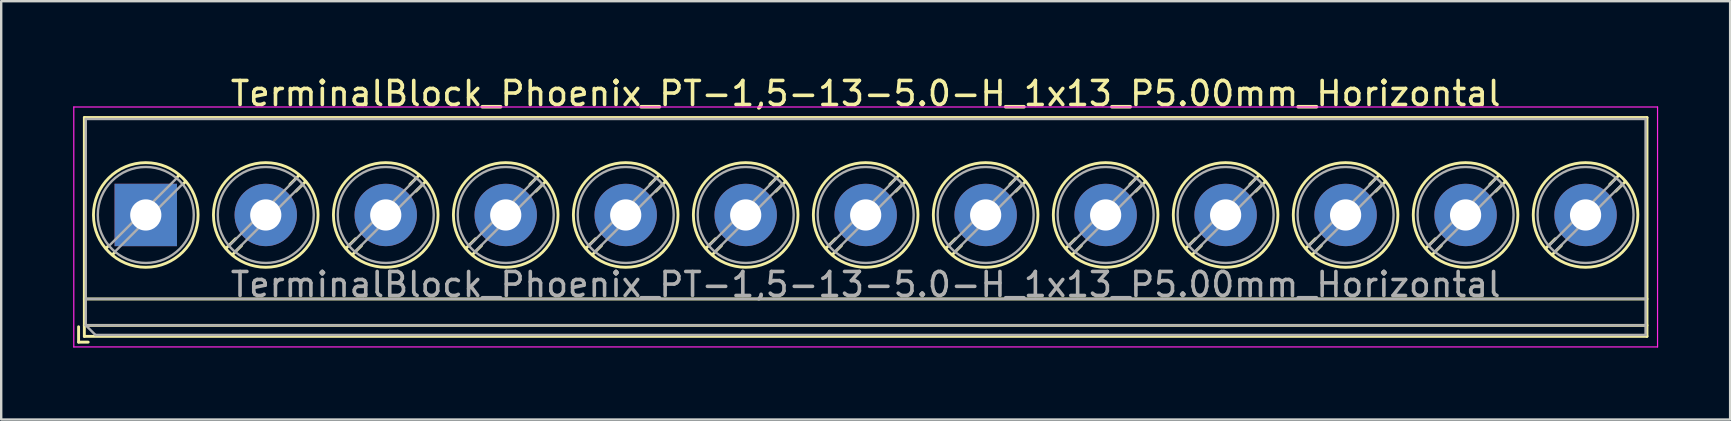
<source format=kicad_pcb>
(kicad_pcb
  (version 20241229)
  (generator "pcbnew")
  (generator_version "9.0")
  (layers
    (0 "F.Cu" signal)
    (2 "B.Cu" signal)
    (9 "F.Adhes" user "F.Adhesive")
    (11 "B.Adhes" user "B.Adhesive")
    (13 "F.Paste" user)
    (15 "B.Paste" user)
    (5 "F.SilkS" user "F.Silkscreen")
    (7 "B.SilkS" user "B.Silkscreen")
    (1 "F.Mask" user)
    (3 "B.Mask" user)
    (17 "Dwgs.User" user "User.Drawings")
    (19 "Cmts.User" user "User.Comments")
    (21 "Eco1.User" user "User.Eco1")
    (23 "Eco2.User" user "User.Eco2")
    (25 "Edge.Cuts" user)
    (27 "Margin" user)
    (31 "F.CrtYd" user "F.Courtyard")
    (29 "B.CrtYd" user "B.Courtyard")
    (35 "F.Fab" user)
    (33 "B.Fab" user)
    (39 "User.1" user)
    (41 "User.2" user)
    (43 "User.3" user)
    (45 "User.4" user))
  (footprint "TerminalBlock_Phoenix_PT-1,5-13-5.0-H_1x13_P5.00mm_Horizontal"
    (layer "F.Cu")
    (at 3.025 5.908)
    (property "Reference" "TerminalBlock_Phoenix_PT-1,5-13-5.0-H_1x13_P5.00mm_Horizontal" (at 30 -5.06 0) (layer "F.SilkS") (effects (font (size 1 1) (thickness 0.15))))
    (attr through_hole)
    (fp_line (start -2.8 4.66) (end -2.8 5.3) (stroke (width 0.12) (type solid)) (layer "F.SilkS"))
    (fp_line (start -2.8 5.3) (end -2.4 5.3) (stroke (width 0.12) (type solid)) (layer "F.SilkS"))
    (fp_line (start -2.56 -4.06) (end -2.56 5.06) (stroke (width 0.12) (type solid)) (layer "F.SilkS"))
    (fp_line (start -2.56 -4.06) (end 62.56 -4.06) (stroke (width 0.12) (type solid)) (layer "F.SilkS"))
    (fp_line (start -2.56 3.5) (end 62.56 3.5) (stroke (width 0.12) (type solid)) (layer "F.SilkS"))
    (fp_line (start -2.56 4.6) (end 62.56 4.6) (stroke (width 0.12) (type solid)) (layer "F.SilkS"))
    (fp_line (start -2.56 5.06) (end 62.56 5.06) (stroke (width 0.12) (type solid)) (layer "F.SilkS"))
    (fp_line (start -1.548 1.281) (end -1.654 1.388) (stroke (width 0.12) (type solid)) (layer "F.SilkS"))
    (fp_line (start -1.282 1.547) (end -1.388 1.654) (stroke (width 0.12) (type solid)) (layer "F.SilkS"))
    (fp_line (start 1.388 -1.654) (end 1.281 -1.547) (stroke (width 0.12) (type solid)) (layer "F.SilkS"))
    (fp_line (start 1.654 -1.388) (end 1.547 -1.281) (stroke (width 0.12) (type solid)) (layer "F.SilkS"))
    (fp_line (start 3.742 0.992) (end 3.347 1.388) (stroke (width 0.12) (type solid)) (layer "F.SilkS"))
    (fp_line (start 3.993 1.274) (end 3.613 1.654) (stroke (width 0.12) (type solid)) (layer "F.SilkS"))
    (fp_line (start 6.388 -1.654) (end 6.008 -1.274) (stroke (width 0.12) (type solid)) (layer "F.SilkS"))
    (fp_line (start 6.654 -1.388) (end 6.259 -0.992) (stroke (width 0.12) (type solid)) (layer "F.SilkS"))
    (fp_line (start 8.742 0.992) (end 8.347 1.388) (stroke (width 0.12) (type solid)) (layer "F.SilkS"))
    (fp_line (start 8.993 1.274) (end 8.613 1.654) (stroke (width 0.12) (type solid)) (layer "F.SilkS"))
    (fp_line (start 11.388 -1.654) (end 11.008 -1.274) (stroke (width 0.12) (type solid)) (layer "F.SilkS"))
    (fp_line (start 11.654 -1.388) (end 11.259 -0.992) (stroke (width 0.12) (type solid)) (layer "F.SilkS"))
    (fp_line (start 13.742 0.992) (end 13.347 1.388) (stroke (width 0.12) (type solid)) (layer "F.SilkS"))
    (fp_line (start 13.993 1.274) (end 13.613 1.654) (stroke (width 0.12) (type solid)) (layer "F.SilkS"))
    (fp_line (start 16.388 -1.654) (end 16.008 -1.274) (stroke (width 0.12) (type solid)) (layer "F.SilkS"))
    (fp_line (start 16.654 -1.388) (end 16.259 -0.992) (stroke (width 0.12) (type solid)) (layer "F.SilkS"))
    (fp_line (start 18.742 0.992) (end 18.347 1.388) (stroke (width 0.12) (type solid)) (layer "F.SilkS"))
    (fp_line (start 18.993 1.274) (end 18.613 1.654) (stroke (width 0.12) (type solid)) (layer "F.SilkS"))
    (fp_line (start 21.388 -1.654) (end 21.008 -1.274) (stroke (width 0.12) (type solid)) (layer "F.SilkS"))
    (fp_line (start 21.654 -1.388) (end 21.259 -0.992) (stroke (width 0.12) (type solid)) (layer "F.SilkS"))
    (fp_line (start 23.742 0.992) (end 23.347 1.388) (stroke (width 0.12) (type solid)) (layer "F.SilkS"))
    (fp_line (start 23.993 1.274) (end 23.613 1.654) (stroke (width 0.12) (type solid)) (layer "F.SilkS"))
    (fp_line (start 26.388 -1.654) (end 26.008 -1.274) (stroke (width 0.12) (type solid)) (layer "F.SilkS"))
    (fp_line (start 26.654 -1.388) (end 26.259 -0.992) (stroke (width 0.12) (type solid)) (layer "F.SilkS"))
    (fp_line (start 28.742 0.992) (end 28.347 1.388) (stroke (width 0.12) (type solid)) (layer "F.SilkS"))
    (fp_line (start 28.993 1.274) (end 28.613 1.654) (stroke (width 0.12) (type solid)) (layer "F.SilkS"))
    (fp_line (start 31.388 -1.654) (end 31.008 -1.274) (stroke (width 0.12) (type solid)) (layer "F.SilkS"))
    (fp_line (start 31.654 -1.388) (end 31.259 -0.992) (stroke (width 0.12) (type solid)) (layer "F.SilkS"))
    (fp_line (start 33.742 0.992) (end 33.347 1.388) (stroke (width 0.12) (type solid)) (layer "F.SilkS"))
    (fp_line (start 33.993 1.274) (end 33.613 1.654) (stroke (width 0.12) (type solid)) (layer "F.SilkS"))
    (fp_line (start 36.388 -1.654) (end 36.008 -1.274) (stroke (width 0.12) (type solid)) (layer "F.SilkS"))
    (fp_line (start 36.654 -1.388) (end 36.259 -0.992) (stroke (width 0.12) (type solid)) (layer "F.SilkS"))
    (fp_line (start 38.742 0.992) (end 38.347 1.388) (stroke (width 0.12) (type solid)) (layer "F.SilkS"))
    (fp_line (start 38.993 1.274) (end 38.613 1.654) (stroke (width 0.12) (type solid)) (layer "F.SilkS"))
    (fp_line (start 41.388 -1.654) (end 41.008 -1.274) (stroke (width 0.12) (type solid)) (layer "F.SilkS"))
    (fp_line (start 41.654 -1.388) (end 41.259 -0.992) (stroke (width 0.12) (type solid)) (layer "F.SilkS"))
    (fp_line (start 43.742 0.992) (end 43.347 1.388) (stroke (width 0.12) (type solid)) (layer "F.SilkS"))
    (fp_line (start 43.993 1.274) (end 43.613 1.654) (stroke (width 0.12) (type solid)) (layer "F.SilkS"))
    (fp_line (start 46.388 -1.654) (end 46.008 -1.274) (stroke (width 0.12) (type solid)) (layer "F.SilkS"))
    (fp_line (start 46.654 -1.388) (end 46.259 -0.992) (stroke (width 0.12) (type solid)) (layer "F.SilkS"))
    (fp_line (start 48.742 0.992) (end 48.347 1.388) (stroke (width 0.12) (type solid)) (layer "F.SilkS"))
    (fp_line (start 48.993 1.274) (end 48.613 1.654) (stroke (width 0.12) (type solid)) (layer "F.SilkS"))
    (fp_line (start 51.388 -1.654) (end 51.008 -1.274) (stroke (width 0.12) (type solid)) (layer "F.SilkS"))
    (fp_line (start 51.654 -1.388) (end 51.259 -0.992) (stroke (width 0.12) (type solid)) (layer "F.SilkS"))
    (fp_line (start 53.742 0.992) (end 53.347 1.388) (stroke (width 0.12) (type solid)) (layer "F.SilkS"))
    (fp_line (start 53.993 1.274) (end 53.613 1.654) (stroke (width 0.12) (type solid)) (layer "F.SilkS"))
    (fp_line (start 56.388 -1.654) (end 56.008 -1.274) (stroke (width 0.12) (type solid)) (layer "F.SilkS"))
    (fp_line (start 56.654 -1.388) (end 56.259 -0.992) (stroke (width 0.12) (type solid)) (layer "F.SilkS"))
    (fp_line (start 58.742 0.992) (end 58.347 1.388) (stroke (width 0.12) (type solid)) (layer "F.SilkS"))
    (fp_line (start 58.993 1.274) (end 58.613 1.654) (stroke (width 0.12) (type solid)) (layer "F.SilkS"))
    (fp_line (start 61.388 -1.654) (end 61.008 -1.274) (stroke (width 0.12) (type solid)) (layer "F.SilkS"))
    (fp_line (start 61.654 -1.388) (end 61.259 -0.992) (stroke (width 0.12) (type solid)) (layer "F.SilkS"))
    (fp_line (start 62.56 -4.06) (end 62.56 5.06) (stroke (width 0.12) (type solid)) (layer "F.SilkS"))
    (fp_circle (center 0 0) (end 2.18 0) (stroke (width 0.12) (type solid)) (fill no) (layer "F.SilkS"))
    (fp_circle (center 5 0) (end 7.18 0) (stroke (width 0.12) (type solid)) (fill no) (layer "F.SilkS"))
    (fp_circle (center 10 0) (end 12.18 0) (stroke (width 0.12) (type solid)) (fill no) (layer "F.SilkS"))
    (fp_circle (center 15 0) (end 17.18 0) (stroke (width 0.12) (type solid)) (fill no) (layer "F.SilkS"))
    (fp_circle (center 20 0) (end 22.18 0) (stroke (width 0.12) (type solid)) (fill no) (layer "F.SilkS"))
    (fp_circle (center 25 0) (end 27.18 0) (stroke (width 0.12) (type solid)) (fill no) (layer "F.SilkS"))
    (fp_circle (center 30 0) (end 32.18 0) (stroke (width 0.12) (type solid)) (fill no) (layer "F.SilkS"))
    (fp_circle (center 35 0) (end 37.18 0) (stroke (width 0.12) (type solid)) (fill no) (layer "F.SilkS"))
    (fp_circle (center 40 0) (end 42.18 0) (stroke (width 0.12) (type solid)) (fill no) (layer "F.SilkS"))
    (fp_circle (center 45 0) (end 47.18 0) (stroke (width 0.12) (type solid)) (fill no) (layer "F.SilkS"))
    (fp_circle (center 50 0) (end 52.18 0) (stroke (width 0.12) (type solid)) (fill no) (layer "F.SilkS"))
    (fp_circle (center 55 0) (end 57.18 0) (stroke (width 0.12) (type solid)) (fill no) (layer "F.SilkS"))
    (fp_circle (center 60 0) (end 62.18 0) (stroke (width 0.12) (type solid)) (fill no) (layer "F.SilkS"))
    (fp_line (start -3 -4.5) (end -3 5.5) (stroke (width 0.05) (type solid)) (layer "F.CrtYd"))
    (fp_line (start -3 5.5) (end 63 5.5) (stroke (width 0.05) (type solid)) (layer "F.CrtYd"))
    (fp_line (start 63 -4.5) (end -3 -4.5) (stroke (width 0.05) (type solid)) (layer "F.CrtYd"))
    (fp_line (start 63 5.5) (end 63 -4.5) (stroke (width 0.05) (type solid)) (layer "F.CrtYd"))
    (fp_line (start -2.5 -4) (end 62.5 -4) (stroke (width 0.1) (type solid)) (layer "F.Fab"))
    (fp_line (start -2.5 3.5) (end 62.5 3.5) (stroke (width 0.1) (type solid)) (layer "F.Fab"))
    (fp_line (start -2.5 4.6) (end -2.5 -4) (stroke (width 0.1) (type solid)) (layer "F.Fab"))
    (fp_line (start -2.5 4.6) (end 62.5 4.6) (stroke (width 0.1) (type solid)) (layer "F.Fab"))
    (fp_line (start -2.1 5) (end -2.5 4.6) (stroke (width 0.1) (type solid)) (layer "F.Fab"))
    (fp_line (start 1.273 -1.517) (end -1.517 1.273) (stroke (width 0.1) (type solid)) (layer "F.Fab"))
    (fp_line (start 1.517 -1.273) (end -1.273 1.517) (stroke (width 0.1) (type solid)) (layer "F.Fab"))
    (fp_line (start 6.273 -1.517) (end 3.484 1.273) (stroke (width 0.1) (type solid)) (layer "F.Fab"))
    (fp_line (start 6.517 -1.273) (end 3.728 1.517) (stroke (width 0.1) (type solid)) (layer "F.Fab"))
    (fp_line (start 11.273 -1.517) (end 8.484 1.273) (stroke (width 0.1) (type solid)) (layer "F.Fab"))
    (fp_line (start 11.517 -1.273) (end 8.728 1.517) (stroke (width 0.1) (type solid)) (layer "F.Fab"))
    (fp_line (start 16.273 -1.517) (end 13.484 1.273) (stroke (width 0.1) (type solid)) (layer "F.Fab"))
    (fp_line (start 16.517 -1.273) (end 13.728 1.517) (stroke (width 0.1) (type solid)) (layer "F.Fab"))
    (fp_line (start 21.273 -1.517) (end 18.484 1.273) (stroke (width 0.1) (type solid)) (layer "F.Fab"))
    (fp_line (start 21.517 -1.273) (end 18.728 1.517) (stroke (width 0.1) (type solid)) (layer "F.Fab"))
    (fp_line (start 26.273 -1.517) (end 23.484 1.273) (stroke (width 0.1) (type solid)) (layer "F.Fab"))
    (fp_line (start 26.517 -1.273) (end 23.728 1.517) (stroke (width 0.1) (type solid)) (layer "F.Fab"))
    (fp_line (start 31.273 -1.517) (end 28.484 1.273) (stroke (width 0.1) (type solid)) (layer "F.Fab"))
    (fp_line (start 31.517 -1.273) (end 28.728 1.517) (stroke (width 0.1) (type solid)) (layer "F.Fab"))
    (fp_line (start 36.273 -1.517) (end 33.484 1.273) (stroke (width 0.1) (type solid)) (layer "F.Fab"))
    (fp_line (start 36.517 -1.273) (end 33.728 1.517) (stroke (width 0.1) (type solid)) (layer "F.Fab"))
    (fp_line (start 41.273 -1.517) (end 38.484 1.273) (stroke (width 0.1) (type solid)) (layer "F.Fab"))
    (fp_line (start 41.517 -1.273) (end 38.728 1.517) (stroke (width 0.1) (type solid)) (layer "F.Fab"))
    (fp_line (start 46.273 -1.517) (end 43.484 1.273) (stroke (width 0.1) (type solid)) (layer "F.Fab"))
    (fp_line (start 46.517 -1.273) (end 43.728 1.517) (stroke (width 0.1) (type solid)) (layer "F.Fab"))
    (fp_line (start 51.273 -1.517) (end 48.484 1.273) (stroke (width 0.1) (type solid)) (layer "F.Fab"))
    (fp_line (start 51.517 -1.273) (end 48.728 1.517) (stroke (width 0.1) (type solid)) (layer "F.Fab"))
    (fp_line (start 56.273 -1.517) (end 53.484 1.273) (stroke (width 0.1) (type solid)) (layer "F.Fab"))
    (fp_line (start 56.517 -1.273) (end 53.728 1.517) (stroke (width 0.1) (type solid)) (layer "F.Fab"))
    (fp_line (start 61.273 -1.517) (end 58.484 1.273) (stroke (width 0.1) (type solid)) (layer "F.Fab"))
    (fp_line (start 61.517 -1.273) (end 58.728 1.517) (stroke (width 0.1) (type solid)) (layer "F.Fab"))
    (fp_line (start 62.5 -4) (end 62.5 5) (stroke (width 0.1) (type solid)) (layer "F.Fab"))
    (fp_line (start 62.5 5) (end -2.1 5) (stroke (width 0.1) (type solid)) (layer "F.Fab"))
    (fp_circle (center 0 0) (end 2 0) (stroke (width 0.1) (type solid)) (fill no) (layer "F.Fab"))
    (fp_circle (center 5 0) (end 7 0) (stroke (width 0.1) (type solid)) (fill no) (layer "F.Fab"))
    (fp_circle (center 10 0) (end 12 0) (stroke (width 0.1) (type solid)) (fill no) (layer "F.Fab"))
    (fp_circle (center 15 0) (end 17 0) (stroke (width 0.1) (type solid)) (fill no) (layer "F.Fab"))
    (fp_circle (center 20 0) (end 22 0) (stroke (width 0.1) (type solid)) (fill no) (layer "F.Fab"))
    (fp_circle (center 25 0) (end 27 0) (stroke (width 0.1) (type solid)) (fill no) (layer "F.Fab"))
    (fp_circle (center 30 0) (end 32 0) (stroke (width 0.1) (type solid)) (fill no) (layer "F.Fab"))
    (fp_circle (center 35 0) (end 37 0) (stroke (width 0.1) (type solid)) (fill no) (layer "F.Fab"))
    (fp_circle (center 40 0) (end 42 0) (stroke (width 0.1) (type solid)) (fill no) (layer "F.Fab"))
    (fp_circle (center 45 0) (end 47 0) (stroke (width 0.1) (type solid)) (fill no) (layer "F.Fab"))
    (fp_circle (center 50 0) (end 52 0) (stroke (width 0.1) (type solid)) (fill no) (layer "F.Fab"))
    (fp_circle (center 55 0) (end 57 0) (stroke (width 0.1) (type solid)) (fill no) (layer "F.Fab"))
    (fp_circle (center 60 0) (end 62 0) (stroke (width 0.1) (type solid)) (fill no) (layer "F.Fab"))
    (fp_text user "${REFERENCE}" (at 30 2.9 0) (layer "F.Fab") (effects (font (size 1 1) (thickness 0.15))))
    (pad "1" thru_hole rect (at 0 0) (size 2.6 2.6) (drill 1.3) (layers "*.Cu" "*.Mask"))
    (pad "2" thru_hole circle (at 5 0) (size 2.6 2.6) (drill 1.3) (layers "*.Cu" "*.Mask"))
    (pad "3" thru_hole circle (at 10 0) (size 2.6 2.6) (drill 1.3) (layers "*.Cu" "*.Mask"))
    (pad "4" thru_hole circle (at 15 0) (size 2.6 2.6) (drill 1.3) (layers "*.Cu" "*.Mask"))
    (pad "5" thru_hole circle (at 20 0) (size 2.6 2.6) (drill 1.3) (layers "*.Cu" "*.Mask"))
    (pad "6" thru_hole circle (at 25 0) (size 2.6 2.6) (drill 1.3) (layers "*.Cu" "*.Mask"))
    (pad "7" thru_hole circle (at 30 0) (size 2.6 2.6) (drill 1.3) (layers "*.Cu" "*.Mask"))
    (pad "8" thru_hole circle (at 35 0) (size 2.6 2.6) (drill 1.3) (layers "*.Cu" "*.Mask"))
    (pad "9" thru_hole circle (at 40 0) (size 2.6 2.6) (drill 1.3) (layers "*.Cu" "*.Mask"))
    (pad "10" thru_hole circle (at 45 0) (size 2.6 2.6) (drill 1.3) (layers "*.Cu" "*.Mask"))
    (pad "11" thru_hole circle (at 50 0) (size 2.6 2.6) (drill 1.3) (layers "*.Cu" "*.Mask"))
    (pad "12" thru_hole circle (at 55 0) (size 2.6 2.6) (drill 1.3) (layers "*.Cu" "*.Mask"))
    (pad "13" thru_hole circle (at 60 0) (size 2.6 2.6) (drill 1.3) (layers "*.Cu" "*.Mask")))
  (gr_rect
    (start -3 -3)
    (end 69.05 14.433)
    (stroke (width 0.1) (type default))
    (fill no)
    (layer "Edge.Cuts")))
</source>
